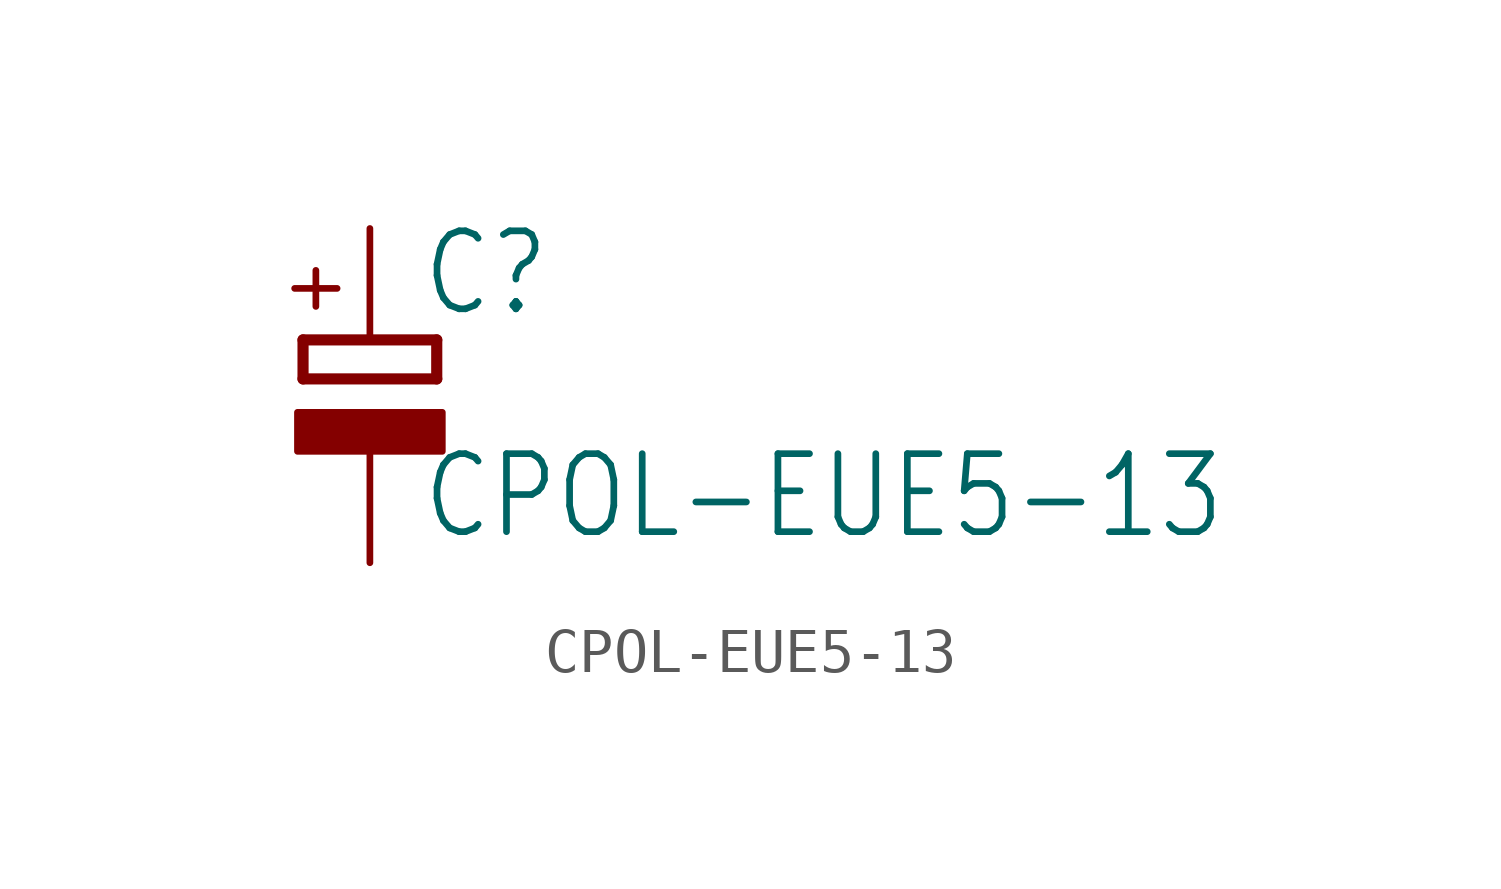
<source format=kicad_sym>
(kicad_symbol_lib
  (version 20210619)
  (generator kicad_symbol_editor)
  (symbol "CPOL-EUE5-13"
    (property "Reference" "C"
      (at 1.143 0.483 0)
      (effects (font (size 1.778 1.511)) (justify left bottom)))
    (property "Value" "CPOL-EUE5-13"
      (at 1.143 -4.597 0)
      (effects (font (size 1.778 1.511)) (justify left bottom)))
    (property "ki_locked" ""
      (at 0 0 0)
      (effects (font (size 1.27 1.27))))
    (symbol "CPOL-EUE5-13_1_0"
      (text "+" (at -0.584 0.406 900) (effects (font (size 1.27 1.079)) (justify left bottom)))
      (rectangle (start -1.651 -2.54) (end 1.651 -1.651) (stroke (width 0)) (fill (type outline)))
      (polyline (pts (xy -1.524 -0.889) (xy 1.524 -0.889)) (stroke (width 0.254)) (fill (type none)))
      (polyline (pts (xy -1.524 0) (xy -1.524 -0.889)) (stroke (width 0.254)) (fill (type none)))
      (polyline (pts (xy -1.524 0) (xy 1.524 0)) (stroke (width 0.254)) (fill (type none)))
      (polyline (pts (xy 1.524 -0.889) (xy 1.524 0)) (stroke (width 0.254)) (fill (type none)))
      (pin passive line (at 0 2.54 270) (length 2.54) (name "+" (effects (font (size 0 0)))) (number "+" (effects (font (size 0 0)))))
      (pin passive line (at 0 -5.08 90) (length 2.54) (name "-" (effects (font (size 0 0)))) (number "-" (effects (font (size 0 0))))))))
</source>
